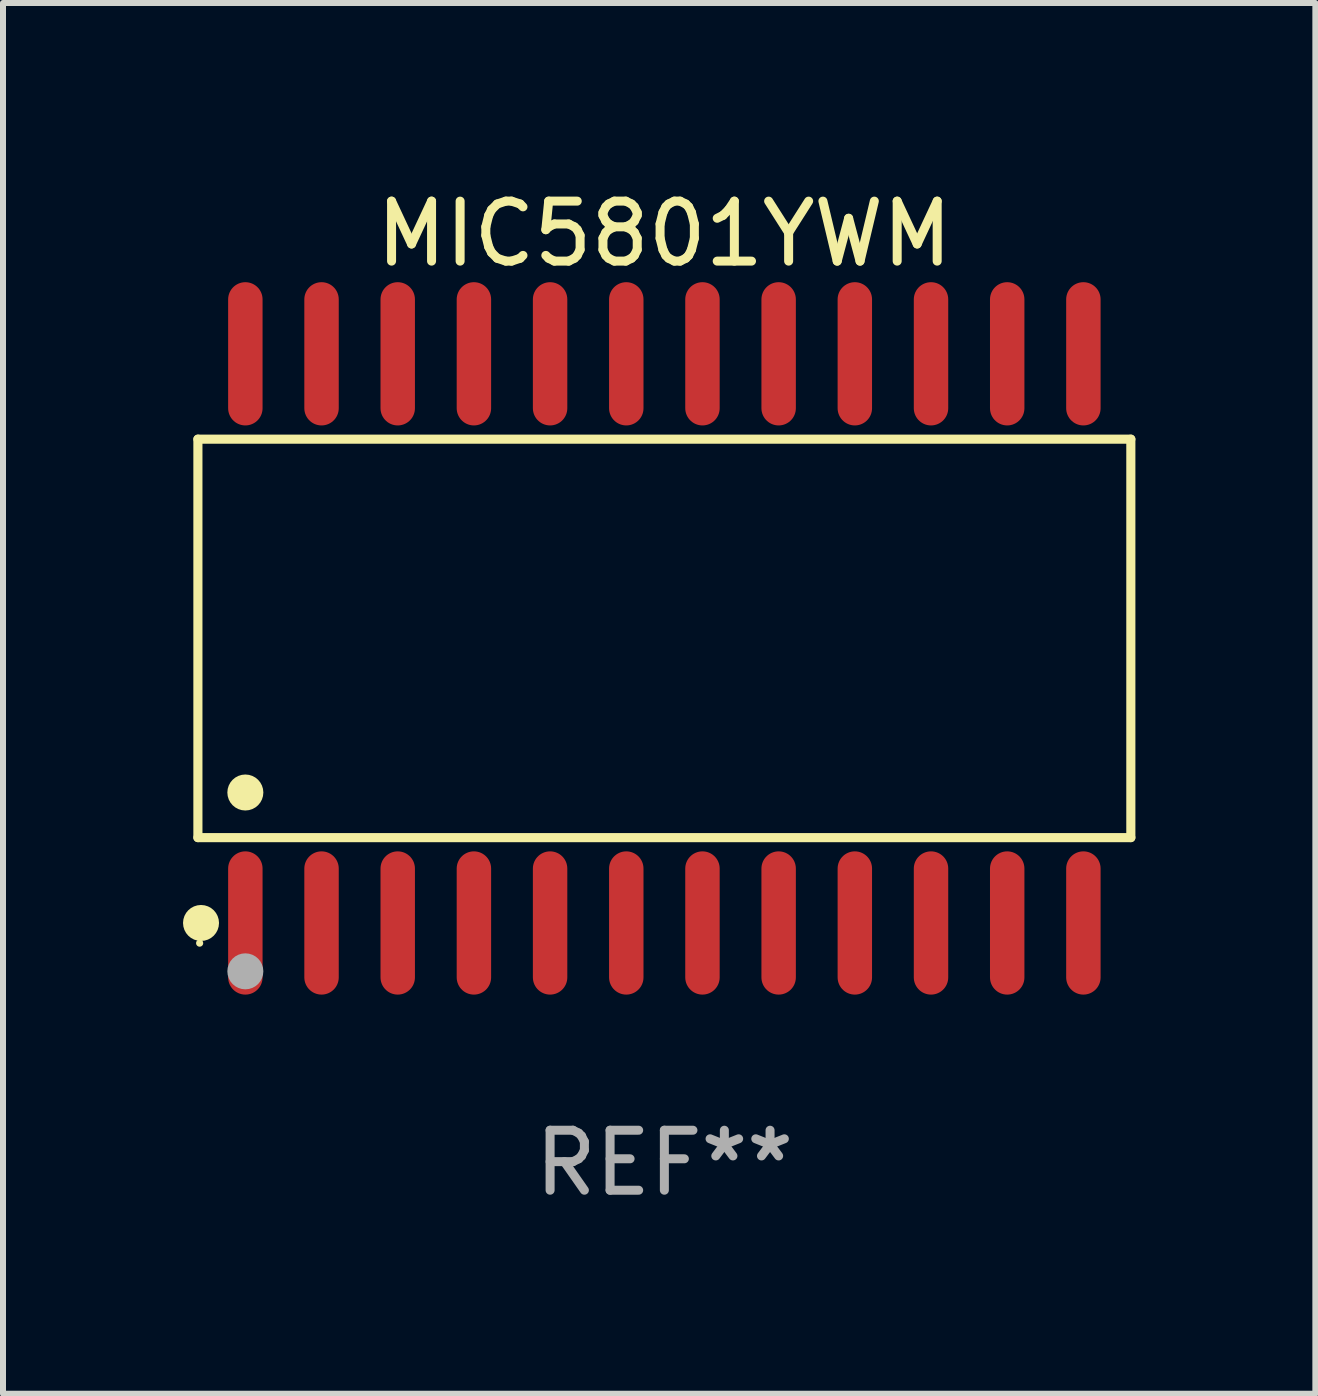
<source format=kicad_pcb>
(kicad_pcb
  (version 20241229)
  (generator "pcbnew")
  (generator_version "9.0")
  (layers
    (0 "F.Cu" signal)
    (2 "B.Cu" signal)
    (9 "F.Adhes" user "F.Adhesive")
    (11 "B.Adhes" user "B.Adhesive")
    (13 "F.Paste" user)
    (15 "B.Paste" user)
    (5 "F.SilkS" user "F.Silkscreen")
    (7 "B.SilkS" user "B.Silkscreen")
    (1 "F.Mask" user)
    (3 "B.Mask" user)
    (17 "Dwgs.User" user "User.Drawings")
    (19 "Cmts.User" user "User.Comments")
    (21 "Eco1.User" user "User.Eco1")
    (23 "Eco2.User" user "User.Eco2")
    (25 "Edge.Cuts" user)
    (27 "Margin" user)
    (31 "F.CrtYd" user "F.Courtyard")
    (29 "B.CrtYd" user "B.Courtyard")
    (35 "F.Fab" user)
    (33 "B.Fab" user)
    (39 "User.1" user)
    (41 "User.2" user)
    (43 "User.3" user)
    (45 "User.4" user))
  (footprint "MIC5801YWM"
    (layer "F.Cu")
    (at 8.025 7.592)
    (property "Reference" "MIC5801YWM" (at 0 -6.744 0) (layer "F.SilkS") (effects (font (size 1 1) (thickness 0.15))))
    (attr through_hole)
    (fp_line (start -7.776 -3.321) (end 7.776 -3.321) (stroke (width 0.152) (type solid)) (layer "F.SilkS"))
    (fp_line (start -7.776 3.321) (end -7.776 -3.321) (stroke (width 0.152) (type solid)) (layer "F.SilkS"))
    (fp_line (start 7.776 -3.321) (end 7.776 3.321) (stroke (width 0.152) (type solid)) (layer "F.SilkS"))
    (fp_line (start 7.776 3.321) (end -7.776 3.321) (stroke (width 0.152) (type solid)) (layer "F.SilkS"))
    (fp_circle (center -7.747 5.08) (end -7.717 5.08) (stroke (width 0.06) (type solid)) (fill no) (layer "F.SilkS"))
    (fp_circle (center -7.724 4.744) (end -7.574 4.744) (stroke (width 0.3) (type solid)) (fill no) (layer "F.SilkS"))
    (fp_circle (center -6.985 2.569) (end -6.835 2.569) (stroke (width 0.3) (type solid)) (fill no) (layer "F.SilkS"))
    (fp_circle (center -6.985 5.55) (end -6.835 5.55) (stroke (width 0.3) (type solid)) (fill no) (layer "F.Fab"))
    (fp_text user "REF**" (at 0 8.744 0) (layer "F.Fab") (effects (font (size 1 1) (thickness 0.15))))
    (pad "1" smd oval (at -6.985 4.744) (size 0.574 2.388) (layers "F.Cu" "F.Mask" "F.Paste"))
    (pad "2" smd oval (at -5.715 4.744) (size 0.574 2.388) (layers "F.Cu" "F.Mask" "F.Paste"))
    (pad "3" smd oval (at -4.445 4.744) (size 0.574 2.388) (layers "F.Cu" "F.Mask" "F.Paste"))
    (pad "4" smd oval (at -3.175 4.744) (size 0.574 2.388) (layers "F.Cu" "F.Mask" "F.Paste"))
    (pad "5" smd oval (at -1.905 4.744) (size 0.574 2.388) (layers "F.Cu" "F.Mask" "F.Paste"))
    (pad "6" smd oval (at -0.635 4.744) (size 0.574 2.388) (layers "F.Cu" "F.Mask" "F.Paste"))
    (pad "7" smd oval (at 0.635 4.744) (size 0.574 2.388) (layers "F.Cu" "F.Mask" "F.Paste"))
    (pad "8" smd oval (at 1.905 4.744) (size 0.574 2.388) (layers "F.Cu" "F.Mask" "F.Paste"))
    (pad "9" smd oval (at 3.175 4.744) (size 0.574 2.388) (layers "F.Cu" "F.Mask" "F.Paste"))
    (pad "10" smd oval (at 4.445 4.744) (size 0.574 2.388) (layers "F.Cu" "F.Mask" "F.Paste"))
    (pad "11" smd oval (at 5.715 4.744) (size 0.574 2.388) (layers "F.Cu" "F.Mask" "F.Paste"))
    (pad "12" smd oval (at 6.985 4.744) (size 0.574 2.388) (layers "F.Cu" "F.Mask" "F.Paste"))
    (pad "13" smd oval (at 6.985 -4.744) (size 0.574 2.388) (layers "F.Cu" "F.Mask" "F.Paste"))
    (pad "14" smd oval (at 5.715 -4.744) (size 0.574 2.388) (layers "F.Cu" "F.Mask" "F.Paste"))
    (pad "15" smd oval (at 4.445 -4.744) (size 0.574 2.388) (layers "F.Cu" "F.Mask" "F.Paste"))
    (pad "16" smd oval (at 3.175 -4.744) (size 0.574 2.388) (layers "F.Cu" "F.Mask" "F.Paste"))
    (pad "17" smd oval (at 1.905 -4.744) (size 0.574 2.388) (layers "F.Cu" "F.Mask" "F.Paste"))
    (pad "18" smd oval (at 0.635 -4.744) (size 0.574 2.388) (layers "F.Cu" "F.Mask" "F.Paste"))
    (pad "19" smd oval (at -0.635 -4.744) (size 0.574 2.388) (layers "F.Cu" "F.Mask" "F.Paste"))
    (pad "20" smd oval (at -1.905 -4.744) (size 0.574 2.388) (layers "F.Cu" "F.Mask" "F.Paste"))
    (pad "21" smd oval (at -3.175 -4.744) (size 0.574 2.388) (layers "F.Cu" "F.Mask" "F.Paste"))
    (pad "22" smd oval (at -4.445 -4.744) (size 0.574 2.388) (layers "F.Cu" "F.Mask" "F.Paste"))
    (pad "23" smd oval (at -5.715 -4.744) (size 0.574 2.388) (layers "F.Cu" "F.Mask" "F.Paste"))
    (pad "24" smd oval (at -6.985 -4.744) (size 0.574 2.388) (layers "F.Cu" "F.Mask" "F.Paste")))
  (gr_rect
    (start -3 -3)
    (end 18.877 20.184)
    (stroke (width 0.1) (type default))
    (fill no)
    (layer "Edge.Cuts")))
</source>
